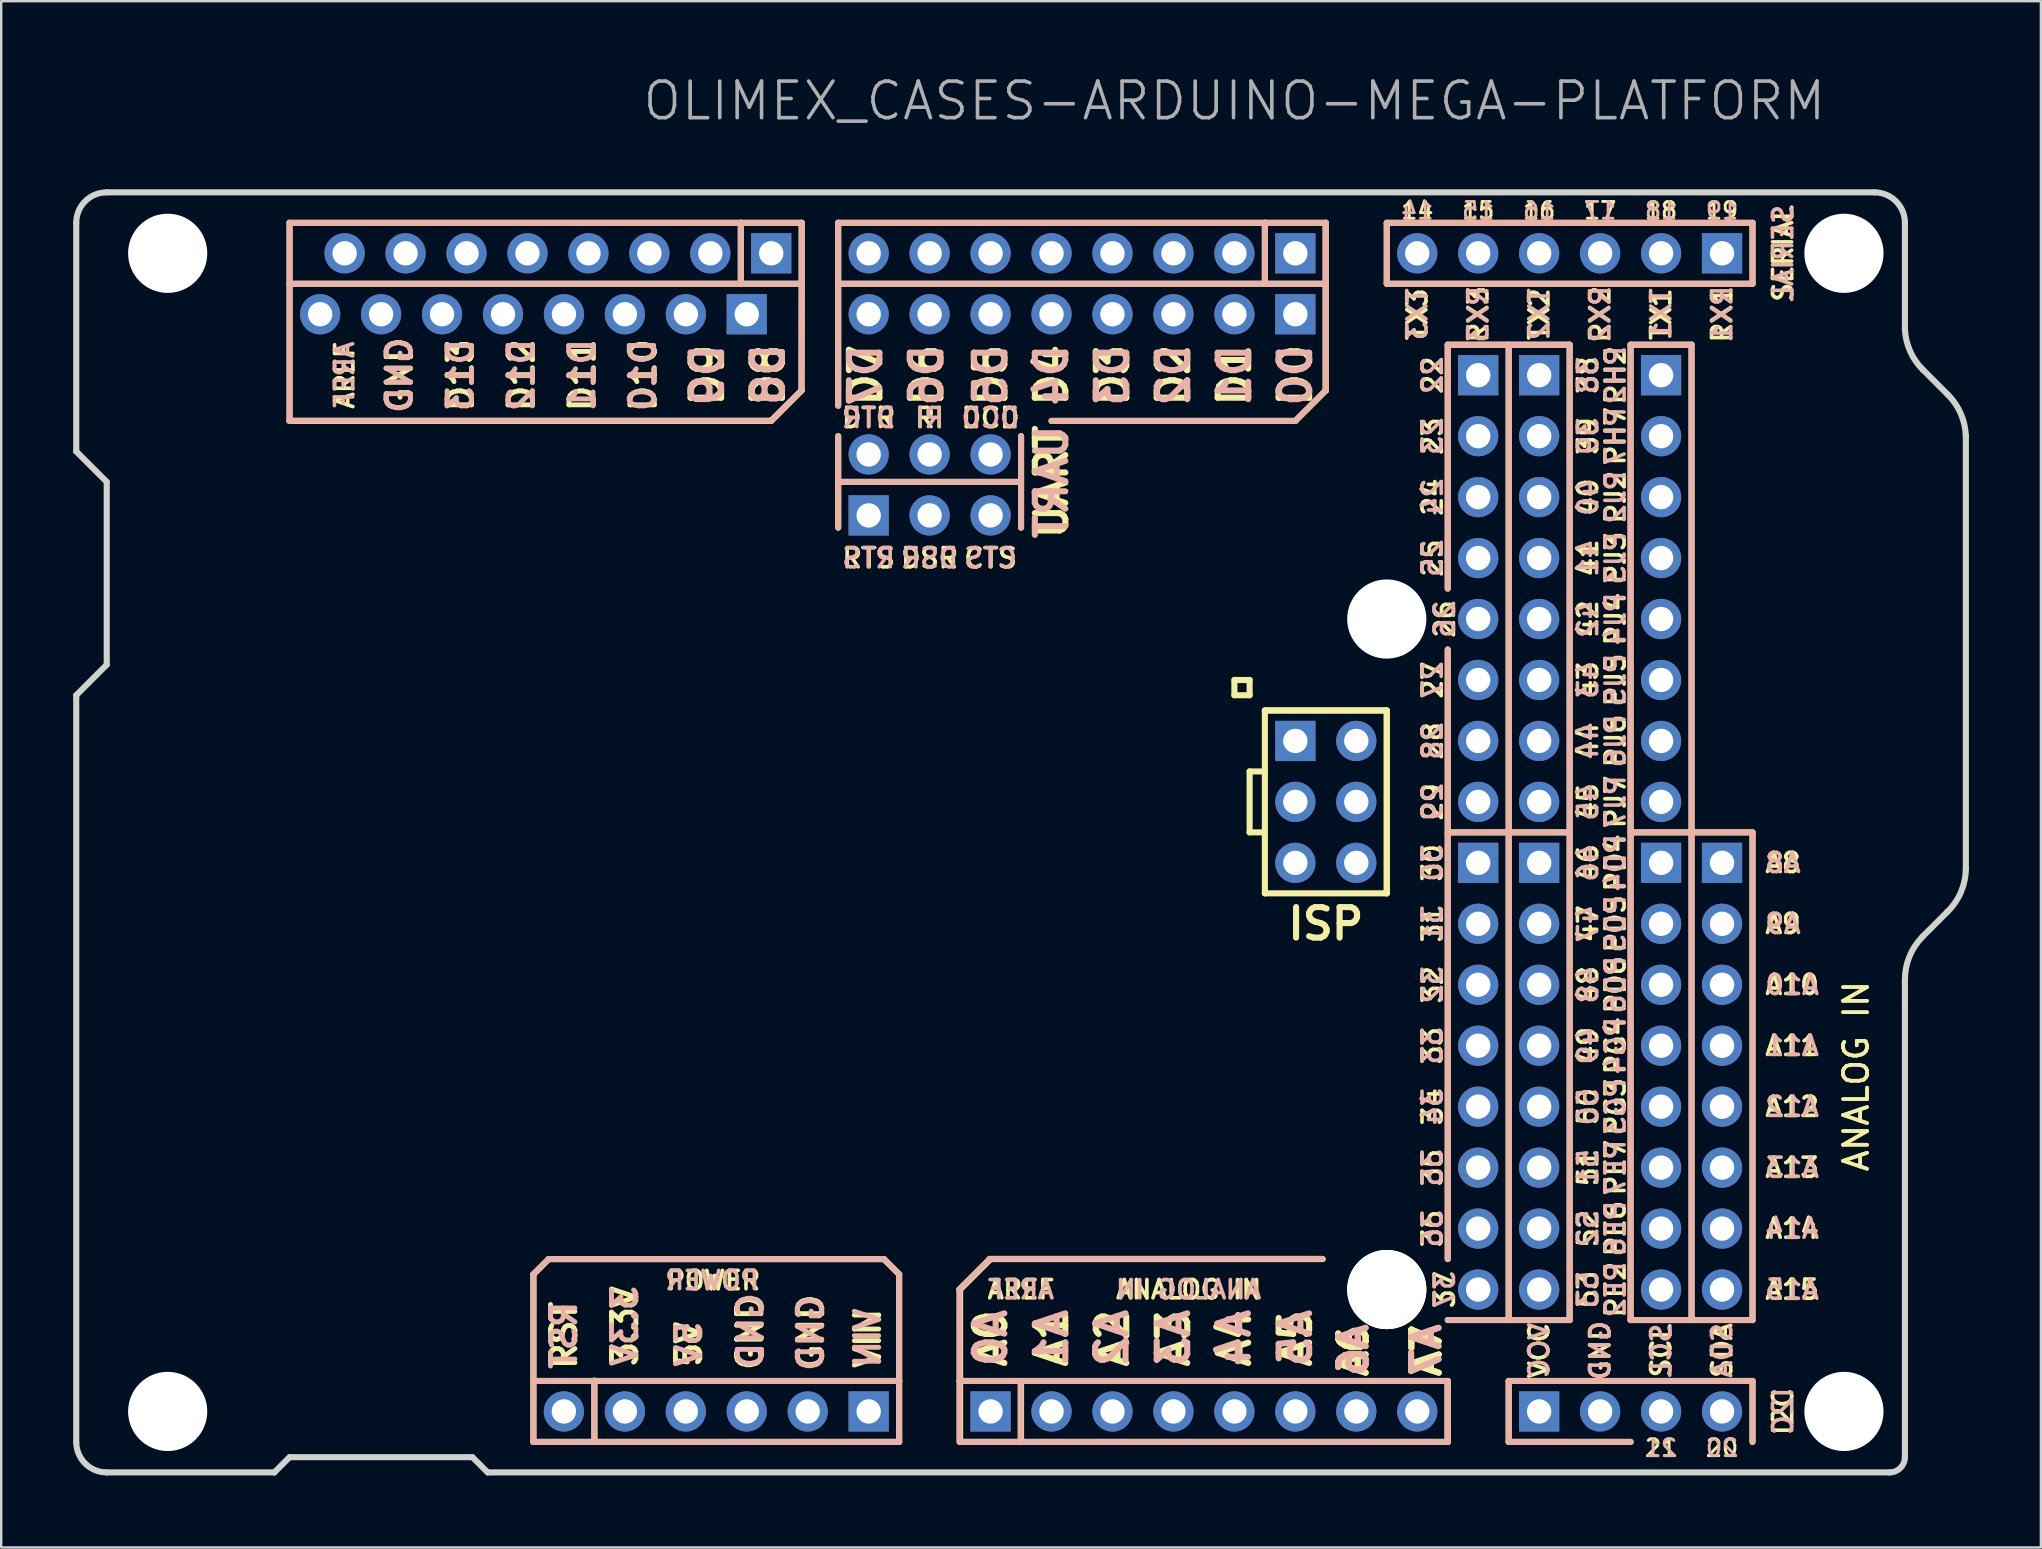
<source format=kicad_pcb>
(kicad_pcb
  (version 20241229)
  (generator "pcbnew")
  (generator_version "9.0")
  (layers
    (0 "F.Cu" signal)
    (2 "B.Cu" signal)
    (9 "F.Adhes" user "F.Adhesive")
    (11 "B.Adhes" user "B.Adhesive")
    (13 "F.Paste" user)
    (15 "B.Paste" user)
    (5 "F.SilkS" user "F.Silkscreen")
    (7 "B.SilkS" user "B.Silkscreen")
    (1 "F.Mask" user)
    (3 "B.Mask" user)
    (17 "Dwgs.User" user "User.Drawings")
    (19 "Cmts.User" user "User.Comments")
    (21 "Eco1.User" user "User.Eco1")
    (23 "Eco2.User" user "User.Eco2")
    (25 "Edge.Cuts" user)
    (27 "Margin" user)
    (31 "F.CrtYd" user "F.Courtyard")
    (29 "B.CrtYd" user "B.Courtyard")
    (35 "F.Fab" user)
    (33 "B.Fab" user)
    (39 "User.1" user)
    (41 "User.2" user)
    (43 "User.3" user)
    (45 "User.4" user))
  (footprint "OLIMEX_CASES-ARDUINO-MEGA-PLATFORM"
    (layer "F.Cu")
    (at 50.927 7.505)
    (property "Reference" "OLIMEX_CASES-ARDUINO-MEGA-PLATFORM" (at -2.54 -6.35 0) (layer "F.Fab") (effects (font (size 1.524 1.524) (thickness 0.15))))
    (attr exclude_from_pos_files exclude_from_bom)
    (fp_line (start -41.91 -1.27) (end -41.91 6.985) (stroke (width 0.254) (type solid)) (layer "F.SilkS"))
    (fp_line (start -41.91 -1.27) (end -23.107 -1.27) (stroke (width 0.254) (type solid)) (layer "F.SilkS"))
    (fp_line (start -31.75 42.545) (end -31.115 41.91) (stroke (width 0.254) (type solid)) (layer "F.SilkS"))
    (fp_line (start -31.75 46.99) (end -31.75 42.545) (stroke (width 0.254) (type solid)) (layer "F.SilkS"))
    (fp_line (start -31.75 46.99) (end -29.21 46.99) (stroke (width 0.254) (type solid)) (layer "F.SilkS"))
    (fp_line (start -31.75 49.53) (end -31.75 46.99) (stroke (width 0.254) (type solid)) (layer "F.SilkS"))
    (fp_line (start -31.115 41.91) (end -17.145 41.91) (stroke (width 0.254) (type solid)) (layer "F.SilkS"))
    (fp_line (start -29.21 46.99) (end -29.21 49.53) (stroke (width 0.254) (type solid)) (layer "F.SilkS"))
    (fp_line (start -29.21 46.99) (end -16.51 46.99) (stroke (width 0.254) (type solid)) (layer "F.SilkS"))
    (fp_line (start -29.21 49.53) (end -31.75 49.53) (stroke (width 0.254) (type solid)) (layer "F.SilkS"))
    (fp_line (start -23.107 -1.27) (end -20.567 -1.27) (stroke (width 0.254) (type solid)) (layer "F.SilkS"))
    (fp_line (start -23.107 1.27) (end -41.91 1.27) (stroke (width 0.254) (type solid)) (layer "F.SilkS"))
    (fp_line (start -23.107 1.27) (end -23.107 -1.27) (stroke (width 0.254) (type solid)) (layer "F.SilkS"))
    (fp_line (start -21.84 6.985) (end -41.91 6.985) (stroke (width 0.254) (type solid)) (layer "F.SilkS"))
    (fp_line (start -20.567 -1.27) (end -20.567 1.27) (stroke (width 0.254) (type solid)) (layer "F.SilkS"))
    (fp_line (start -20.567 1.27) (end -23.107 1.27) (stroke (width 0.254) (type solid)) (layer "F.SilkS"))
    (fp_line (start -20.567 1.27) (end -20.574 5.715) (stroke (width 0.254) (type solid)) (layer "F.SilkS"))
    (fp_line (start -20.567 5.715) (end -21.84 6.985) (stroke (width 0.254) (type solid)) (layer "F.SilkS"))
    (fp_line (start -19.05 -1.27) (end -1.27 -1.27) (stroke (width 0.254) (type solid)) (layer "F.SilkS"))
    (fp_line (start -19.05 1.27) (end -19.05 -1.27) (stroke (width 0.254) (type solid)) (layer "F.SilkS"))
    (fp_line (start -19.05 1.27) (end -19.05 6.35) (stroke (width 0.254) (type solid)) (layer "F.SilkS"))
    (fp_line (start -19.05 7.62) (end -19.05 11.43) (stroke (width 0.254) (type solid)) (layer "F.SilkS"))
    (fp_line (start -19.05 9.525) (end -11.43 9.525) (stroke (width 0.254) (type solid)) (layer "F.SilkS"))
    (fp_line (start -17.145 41.91) (end -16.51 42.545) (stroke (width 0.254) (type solid)) (layer "F.SilkS"))
    (fp_line (start -16.51 46.99) (end -16.51 42.545) (stroke (width 0.254) (type solid)) (layer "F.SilkS"))
    (fp_line (start -16.51 46.99) (end -16.51 49.53) (stroke (width 0.254) (type solid)) (layer "F.SilkS"))
    (fp_line (start -16.51 49.53) (end -29.21 49.53) (stroke (width 0.254) (type solid)) (layer "F.SilkS"))
    (fp_line (start -13.97 43.18) (end -12.7 41.91) (stroke (width 0.254) (type solid)) (layer "F.SilkS"))
    (fp_line (start -13.97 46.99) (end -13.97 43.18) (stroke (width 0.254) (type solid)) (layer "F.SilkS"))
    (fp_line (start -13.97 46.99) (end -11.43 46.99) (stroke (width 0.254) (type solid)) (layer "F.SilkS"))
    (fp_line (start -13.97 49.53) (end -13.97 46.99) (stroke (width 0.254) (type solid)) (layer "F.SilkS"))
    (fp_line (start -12.7 41.91) (end 1.143 41.91) (stroke (width 0.254) (type solid)) (layer "F.SilkS"))
    (fp_line (start -11.43 7.62) (end -11.43 11.43) (stroke (width 0.254) (type solid)) (layer "F.SilkS"))
    (fp_line (start -11.43 46.99) (end -11.43 49.53) (stroke (width 0.254) (type solid)) (layer "F.SilkS"))
    (fp_line (start -11.43 46.99) (end 6.35 46.99) (stroke (width 0.254) (type solid)) (layer "F.SilkS"))
    (fp_line (start -11.43 49.53) (end -13.97 49.53) (stroke (width 0.254) (type solid)) (layer "F.SilkS"))
    (fp_line (start -2.54 17.78) (end -1.905 17.78) (stroke (width 0.254) (type solid)) (layer "F.SilkS"))
    (fp_line (start -2.54 18.415) (end -2.54 17.78) (stroke (width 0.254) (type solid)) (layer "F.SilkS"))
    (fp_line (start -1.905 17.78) (end -1.905 18.415) (stroke (width 0.254) (type solid)) (layer "F.SilkS"))
    (fp_line (start -1.905 18.415) (end -2.54 18.415) (stroke (width 0.254) (type solid)) (layer "F.SilkS"))
    (fp_line (start -1.905 21.59) (end -1.905 24.13) (stroke (width 0.254) (type solid)) (layer "F.SilkS"))
    (fp_line (start -1.905 24.13) (end -1.27 24.13) (stroke (width 0.254) (type solid)) (layer "F.SilkS"))
    (fp_line (start -1.27 -1.27) (end 1.27 -1.27) (stroke (width 0.254) (type solid)) (layer "F.SilkS"))
    (fp_line (start -1.27 1.27) (end -19.05 1.27) (stroke (width 0.254) (type solid)) (layer "F.SilkS"))
    (fp_line (start -1.27 1.27) (end -1.27 -1.27) (stroke (width 0.254) (type solid)) (layer "F.SilkS"))
    (fp_line (start -1.27 19.05) (end 3.81 19.05) (stroke (width 0.254) (type solid)) (layer "F.SilkS"))
    (fp_line (start -1.27 19.05) (end 3.81 19.05) (stroke (width 0.254) (type solid)) (layer "F.SilkS"))
    (fp_line (start -1.27 21.59) (end -1.905 21.59) (stroke (width 0.254) (type solid)) (layer "F.SilkS"))
    (fp_line (start -1.27 26.67) (end -1.27 19.05) (stroke (width 0.254) (type solid)) (layer "F.SilkS"))
    (fp_line (start 0 6.985) (end -10.16 6.985) (stroke (width 0.254) (type solid)) (layer "F.SilkS"))
    (fp_line (start 1.27 -1.27) (end 1.27 1.27) (stroke (width 0.254) (type solid)) (layer "F.SilkS"))
    (fp_line (start 1.27 -1.27) (end 1.27 1.27) (stroke (width 0.254) (type solid)) (layer "F.SilkS"))
    (fp_line (start 1.27 1.27) (end -1.27 1.27) (stroke (width 0.254) (type solid)) (layer "F.SilkS"))
    (fp_line (start 1.27 1.27) (end 1.27 5.715) (stroke (width 0.254) (type solid)) (layer "F.SilkS"))
    (fp_line (start 1.27 1.27) (end 1.27 5.715) (stroke (width 0.254) (type solid)) (layer "F.SilkS"))
    (fp_line (start 1.27 5.715) (end 0 6.985) (stroke (width 0.254) (type solid)) (layer "F.SilkS"))
    (fp_line (start 3.81 -1.27) (end 19.05 -1.27) (stroke (width 0.254) (type solid)) (layer "F.SilkS"))
    (fp_line (start 3.81 1.27) (end 3.81 -1.27) (stroke (width 0.254) (type solid)) (layer "F.SilkS"))
    (fp_line (start 3.81 19.05) (end 3.81 26.67) (stroke (width 0.254) (type solid)) (layer "F.SilkS"))
    (fp_line (start 3.81 19.05) (end 3.81 26.67) (stroke (width 0.254) (type solid)) (layer "F.SilkS"))
    (fp_line (start 3.81 26.67) (end -1.27 26.67) (stroke (width 0.254) (type solid)) (layer "F.SilkS"))
    (fp_line (start 6.35 3.81) (end 11.43 3.81) (stroke (width 0.254) (type solid)) (layer "F.SilkS"))
    (fp_line (start 6.35 13.97) (end 6.35 3.81) (stroke (width 0.254) (type solid)) (layer "F.SilkS"))
    (fp_line (start 6.35 24.13) (end 11.43 24.13) (stroke (width 0.254) (type solid)) (layer "F.SilkS"))
    (fp_line (start 6.35 41.91) (end 6.35 16.51) (stroke (width 0.254) (type solid)) (layer "F.SilkS"))
    (fp_line (start 6.35 46.99) (end 6.35 49.53) (stroke (width 0.254) (type solid)) (layer "F.SilkS"))
    (fp_line (start 6.35 46.99) (end 6.35 49.53) (stroke (width 0.254) (type solid)) (layer "F.SilkS"))
    (fp_line (start 6.35 49.53) (end -11.43 49.53) (stroke (width 0.254) (type solid)) (layer "F.SilkS"))
    (fp_line (start 8.89 3.81) (end 8.89 44.45) (stroke (width 0.254) (type solid)) (layer "F.SilkS"))
    (fp_line (start 8.89 46.99) (end 19.05 46.99) (stroke (width 0.254) (type solid)) (layer "F.SilkS"))
    (fp_line (start 8.89 49.53) (end 8.89 46.99) (stroke (width 0.254) (type solid)) (layer "F.SilkS"))
    (fp_line (start 11.43 3.81) (end 11.43 44.45) (stroke (width 0.254) (type solid)) (layer "F.SilkS"))
    (fp_line (start 11.43 44.45) (end 6.35 44.45) (stroke (width 0.254) (type solid)) (layer "F.SilkS"))
    (fp_line (start 13.97 3.81) (end 13.97 44.45) (stroke (width 0.254) (type solid)) (layer "F.SilkS"))
    (fp_line (start 13.97 3.81) (end 16.51 3.81) (stroke (width 0.254) (type solid)) (layer "F.SilkS"))
    (fp_line (start 13.97 44.45) (end 19.05 44.45) (stroke (width 0.254) (type solid)) (layer "F.SilkS"))
    (fp_line (start 13.97 49.53) (end 8.89 49.53) (stroke (width 0.254) (type solid)) (layer "F.SilkS"))
    (fp_line (start 16.51 3.81) (end 16.51 44.45) (stroke (width 0.254) (type solid)) (layer "F.SilkS"))
    (fp_line (start 19.05 -1.27) (end 19.05 1.27) (stroke (width 0.254) (type solid)) (layer "F.SilkS"))
    (fp_line (start 19.05 1.27) (end 3.81 1.27) (stroke (width 0.254) (type solid)) (layer "F.SilkS"))
    (fp_line (start 19.05 24.13) (end 13.97 24.13) (stroke (width 0.254) (type solid)) (layer "F.SilkS"))
    (fp_line (start 19.05 44.45) (end 19.05 24.13) (stroke (width 0.254) (type solid)) (layer "F.SilkS"))
    (fp_line (start 19.05 46.99) (end 19.05 49.53) (stroke (width 0.254) (type solid)) (layer "F.SilkS"))
    (fp_line (start -41.91 -1.275) (end -41.91 6.98) (stroke (width 0.254) (type solid)) (layer "B.SilkS"))
    (fp_line (start -41.91 -1.27) (end -23.107 -1.27) (stroke (width 0.254) (type solid)) (layer "B.SilkS"))
    (fp_line (start -31.75 42.545) (end -31.115 41.91) (stroke (width 0.254) (type solid)) (layer "B.SilkS"))
    (fp_line (start -31.75 46.99) (end -31.75 42.545) (stroke (width 0.254) (type solid)) (layer "B.SilkS"))
    (fp_line (start -31.75 46.99) (end -29.21 46.99) (stroke (width 0.254) (type solid)) (layer "B.SilkS"))
    (fp_line (start -31.75 49.53) (end -31.75 46.99) (stroke (width 0.254) (type solid)) (layer "B.SilkS"))
    (fp_line (start -31.115 41.91) (end -17.145 41.91) (stroke (width 0.254) (type solid)) (layer "B.SilkS"))
    (fp_line (start -29.21 46.97) (end -29.21 49.51) (stroke (width 0.254) (type solid)) (layer "B.SilkS"))
    (fp_line (start -29.21 46.99) (end -16.51 46.99) (stroke (width 0.254) (type solid)) (layer "B.SilkS"))
    (fp_line (start -29.21 49.53) (end -31.75 49.53) (stroke (width 0.254) (type solid)) (layer "B.SilkS"))
    (fp_line (start -23.107 -1.27) (end -20.567 -1.27) (stroke (width 0.254) (type solid)) (layer "B.SilkS"))
    (fp_line (start -23.107 1.27) (end -41.91 1.27) (stroke (width 0.254) (type solid)) (layer "B.SilkS"))
    (fp_line (start -23.107 1.27) (end -23.107 -1.27) (stroke (width 0.254) (type solid)) (layer "B.SilkS"))
    (fp_line (start -21.85 6.975) (end -41.92 6.975) (stroke (width 0.254) (type solid)) (layer "B.SilkS"))
    (fp_line (start -20.577 5.705) (end -21.85 6.975) (stroke (width 0.254) (type solid)) (layer "B.SilkS"))
    (fp_line (start -20.575 -1.27) (end -20.575 1.27) (stroke (width 0.254) (type solid)) (layer "B.SilkS"))
    (fp_line (start -20.575 1.27) (end -23.115 1.27) (stroke (width 0.254) (type solid)) (layer "B.SilkS"))
    (fp_line (start -20.575 1.27) (end -20.582 5.715) (stroke (width 0.254) (type solid)) (layer "B.SilkS"))
    (fp_line (start -19.05 -1.27) (end -1.27 -1.27) (stroke (width 0.254) (type solid)) (layer "B.SilkS"))
    (fp_line (start -19.05 1.27) (end -19.05 -1.27) (stroke (width 0.254) (type solid)) (layer "B.SilkS"))
    (fp_line (start -19.05 1.27) (end -19.05 6.35) (stroke (width 0.254) (type solid)) (layer "B.SilkS"))
    (fp_line (start -19.05 7.62) (end -19.05 11.43) (stroke (width 0.254) (type solid)) (layer "B.SilkS"))
    (fp_line (start -19.05 9.525) (end -11.43 9.525) (stroke (width 0.254) (type solid)) (layer "B.SilkS"))
    (fp_line (start -17.145 41.91) (end -16.51 42.545) (stroke (width 0.254) (type solid)) (layer "B.SilkS"))
    (fp_line (start -16.51 46.99) (end -16.51 42.545) (stroke (width 0.254) (type solid)) (layer "B.SilkS"))
    (fp_line (start -16.51 46.99) (end -16.51 49.53) (stroke (width 0.254) (type solid)) (layer "B.SilkS"))
    (fp_line (start -16.51 49.53) (end -29.21 49.53) (stroke (width 0.254) (type solid)) (layer "B.SilkS"))
    (fp_line (start -14.015 43.18) (end -12.745 41.91) (stroke (width 0.254) (type solid)) (layer "B.SilkS"))
    (fp_line (start -14 46.99) (end -14 43.18) (stroke (width 0.254) (type solid)) (layer "B.SilkS"))
    (fp_line (start -14 49.53) (end -14 46.99) (stroke (width 0.254) (type solid)) (layer "B.SilkS"))
    (fp_line (start -13.99 46.99) (end -11.45 46.99) (stroke (width 0.254) (type solid)) (layer "B.SilkS"))
    (fp_line (start -12.75 41.9) (end 1.093 41.9) (stroke (width 0.254) (type solid)) (layer "B.SilkS"))
    (fp_line (start -11.45 47) (end -11.45 49.54) (stroke (width 0.254) (type solid)) (layer "B.SilkS"))
    (fp_line (start -11.43 7.62) (end -11.43 11.43) (stroke (width 0.254) (type solid)) (layer "B.SilkS"))
    (fp_line (start -11.43 46.99) (end 6.35 46.99) (stroke (width 0.254) (type solid)) (layer "B.SilkS"))
    (fp_line (start -11.43 49.53) (end -13.97 49.53) (stroke (width 0.254) (type solid)) (layer "B.SilkS"))
    (fp_line (start -1.27 -1.27) (end 1.27 -1.27) (stroke (width 0.254) (type solid)) (layer "B.SilkS"))
    (fp_line (start -1.27 1.27) (end -19.05 1.27) (stroke (width 0.254) (type solid)) (layer "B.SilkS"))
    (fp_line (start -1.27 1.27) (end -1.27 -1.27) (stroke (width 0.254) (type solid)) (layer "B.SilkS"))
    (fp_line (start 0 6.985) (end -10.16 6.985) (stroke (width 0.254) (type solid)) (layer "B.SilkS"))
    (fp_line (start 1.27 -1.27) (end 1.27 1.27) (stroke (width 0.254) (type solid)) (layer "B.SilkS"))
    (fp_line (start 1.27 -1.27) (end 1.27 1.27) (stroke (width 0.254) (type solid)) (layer "B.SilkS"))
    (fp_line (start 1.27 1.27) (end -1.27 1.27) (stroke (width 0.254) (type solid)) (layer "B.SilkS"))
    (fp_line (start 1.27 1.27) (end 1.27 5.715) (stroke (width 0.254) (type solid)) (layer "B.SilkS"))
    (fp_line (start 1.27 1.27) (end 1.27 5.715) (stroke (width 0.254) (type solid)) (layer "B.SilkS"))
    (fp_line (start 1.27 5.715) (end 0 6.985) (stroke (width 0.254) (type solid)) (layer "B.SilkS"))
    (fp_line (start 3.81 -1.27) (end 19.05 -1.27) (stroke (width 0.254) (type solid)) (layer "B.SilkS"))
    (fp_line (start 3.81 1.27) (end 3.81 -1.27) (stroke (width 0.254) (type solid)) (layer "B.SilkS"))
    (fp_line (start 6.35 3.81) (end 11.43 3.81) (stroke (width 0.254) (type solid)) (layer "B.SilkS"))
    (fp_line (start 6.35 13.97) (end 6.35 3.81) (stroke (width 0.254) (type solid)) (layer "B.SilkS"))
    (fp_line (start 6.35 24.13) (end 11.43 24.13) (stroke (width 0.254) (type solid)) (layer "B.SilkS"))
    (fp_line (start 6.35 41.91) (end 6.35 16.51) (stroke (width 0.254) (type solid)) (layer "B.SilkS"))
    (fp_line (start 6.35 46.99) (end 6.35 49.53) (stroke (width 0.254) (type solid)) (layer "B.SilkS"))
    (fp_line (start 6.35 46.99) (end 6.35 49.53) (stroke (width 0.254) (type solid)) (layer "B.SilkS"))
    (fp_line (start 6.35 49.53) (end -11.43 49.53) (stroke (width 0.254) (type solid)) (layer "B.SilkS"))
    (fp_line (start 8.89 3.81) (end 8.89 44.45) (stroke (width 0.254) (type solid)) (layer "B.SilkS"))
    (fp_line (start 8.89 46.99) (end 19.05 46.99) (stroke (width 0.254) (type solid)) (layer "B.SilkS"))
    (fp_line (start 8.89 49.53) (end 8.89 46.99) (stroke (width 0.254) (type solid)) (layer "B.SilkS"))
    (fp_line (start 11.43 3.81) (end 11.43 44.45) (stroke (width 0.254) (type solid)) (layer "B.SilkS"))
    (fp_line (start 11.43 44.45) (end 6.35 44.45) (stroke (width 0.254) (type solid)) (layer "B.SilkS"))
    (fp_line (start 13.97 3.81) (end 13.97 44.45) (stroke (width 0.254) (type solid)) (layer "B.SilkS"))
    (fp_line (start 13.97 3.81) (end 16.51 3.81) (stroke (width 0.254) (type solid)) (layer "B.SilkS"))
    (fp_line (start 13.97 44.45) (end 19.05 44.45) (stroke (width 0.254) (type solid)) (layer "B.SilkS"))
    (fp_line (start 13.97 49.53) (end 8.89 49.53) (stroke (width 0.254) (type solid)) (layer "B.SilkS"))
    (fp_line (start 16.51 3.81) (end 16.51 44.45) (stroke (width 0.254) (type solid)) (layer "B.SilkS"))
    (fp_line (start 19.05 -1.27) (end 19.05 1.27) (stroke (width 0.254) (type solid)) (layer "B.SilkS"))
    (fp_line (start 19.05 1.27) (end 3.81 1.27) (stroke (width 0.254) (type solid)) (layer "B.SilkS"))
    (fp_line (start 19.05 24.13) (end 13.97 24.13) (stroke (width 0.254) (type solid)) (layer "B.SilkS"))
    (fp_line (start 19.05 44.45) (end 19.05 24.13) (stroke (width 0.254) (type solid)) (layer "B.SilkS"))
    (fp_line (start 19.05 46.99) (end 19.05 49.53) (stroke (width 0.254) (type solid)) (layer "B.SilkS"))
    (fp_line (start -50.8 8.255) (end -50.8 -1.27) (stroke (width 0.254) (type solid)) (layer "Edge.Cuts"))
    (fp_line (start -50.8 18.415) (end -49.53 17.145) (stroke (width 0.254) (type solid)) (layer "Edge.Cuts"))
    (fp_line (start -50.8 49.53) (end -50.8 18.415) (stroke (width 0.254) (type solid)) (layer "Edge.Cuts"))
    (fp_line (start -49.53 -2.54) (end 24.13 -2.54) (stroke (width 0.254) (type solid)) (layer "Edge.Cuts"))
    (fp_line (start -49.53 9.525) (end -50.8 8.255) (stroke (width 0.254) (type solid)) (layer "Edge.Cuts"))
    (fp_line (start -49.53 17.145) (end -49.53 9.525) (stroke (width 0.254) (type solid)) (layer "Edge.Cuts"))
    (fp_line (start -49.53 50.8) (end -42.545 50.8) (stroke (width 0.254) (type solid)) (layer "Edge.Cuts"))
    (fp_line (start -42.545 50.8) (end -41.91 50.165) (stroke (width 0.254) (type solid)) (layer "Edge.Cuts"))
    (fp_line (start -41.91 50.165) (end -34.29 50.165) (stroke (width 0.254) (type solid)) (layer "Edge.Cuts"))
    (fp_line (start -34.29 50.165) (end -33.655 50.8) (stroke (width 0.254) (type solid)) (layer "Edge.Cuts"))
    (fp_line (start 24.765 50.8) (end -33.655 50.8) (stroke (width 0.254) (type solid)) (layer "Edge.Cuts"))
    (fp_line (start 25.4 -1.27) (end 25.4 3.175) (stroke (width 0.254) (type solid)) (layer "Edge.Cuts"))
    (fp_line (start 25.4 30.264) (end 25.4 31.14) (stroke (width 0.254) (type solid)) (layer "Edge.Cuts"))
    (fp_line (start 25.4 31.14) (end 25.4 50.165) (stroke (width 0.254) (type solid)) (layer "Edge.Cuts"))
    (fp_line (start 26.141 4.842) (end 27.195 5.896) (stroke (width 0.254) (type solid)) (layer "Edge.Cuts"))
    (fp_line (start 27.178 27.432) (end 26.137 28.473) (stroke (width 0.254) (type solid)) (layer "Edge.Cuts"))
    (fp_line (start 27.94 7.595) (end 27.94 25.629) (stroke (width 0.254) (type solid)) (layer "Edge.Cuts"))
    (fp_arc (start -50.8 -1.27) (mid -50.428026 -2.168026) (end -49.53 -2.54) (stroke (width 0.254) (type solid)) (layer "Edge.Cuts"))
    (fp_arc (start -49.53 50.8) (mid -50.428026 50.428026) (end -50.8 49.53) (stroke (width 0.254) (type solid)) (layer "Edge.Cuts"))
    (fp_arc (start 24.13 -2.54) (mid 25.028026 -2.168026) (end 25.4 -1.27) (stroke (width 0.254) (type solid)) (layer "Edge.Cuts"))
    (fp_arc (start 25.4 30.2641) (mid 25.591608 29.296291) (end 26.137523 28.474498) (stroke (width 0.254) (type solid)) (layer "Edge.Cuts"))
    (fp_arc (start 25.4 50.165) (mid 25.214013 50.614013) (end 24.765 50.8) (stroke (width 0.254) (type solid)) (layer "Edge.Cuts"))
    (fp_arc (start 26.141293 4.841888) (mid 25.6167 4.077056) (end 25.401467 3.174925) (stroke (width 0.254) (type solid)) (layer "Edge.Cuts"))
    (fp_arc (start 27.195393 5.895988) (mid 27.726908 6.675229) (end 27.937374 7.594701) (stroke (width 0.254) (type solid)) (layer "Edge.Cuts"))
    (fp_arc (start 27.94 25.6286) (mid 27.73986 26.60675) (end 27.178196 27.4322) (stroke (width 0.254) (type solid)) (layer "Edge.Cuts"))
    (fp_text user "37" (at 6.223 43.18 90) (layer "F.SilkS") (effects (font (size 0.8 0.8) (thickness 0.15))))
    (fp_text user "A11" (at 20.701 33.02 0) (layer "F.SilkS") (effects (font (size 0.8 0.8) (thickness 0.15))))
    (fp_text user "TX1" (at 15.24 2.54 90) (layer "F.SilkS") (effects (font (size 0.8 0.8) (thickness 0.15))))
    (fp_text user "PE7" (at 13.335 38.1 90) (layer "F.SilkS") (effects (font (size 0.8 0.8) (thickness 0.15))))
    (fp_text user "33" (at 5.715 33.02 90) (layer "F.SilkS") (effects (font (size 0.8 0.8) (thickness 0.15))))
    (fp_text user "D12" (at -32.251 5.08 270) (layer "F.SilkS") (effects (font (size 1.016 1.016) (thickness 0.203))))
    (fp_text user "DTR" (at -17.78 6.858 0) (layer "F.SilkS") (effects (font (size 0.8 0.8) (thickness 0.15))))
    (fp_text user "PE6" (at 13.335 40.64 90) (layer "F.SilkS") (effects (font (size 0.8 0.8) (thickness 0.15))))
    (fp_text user "19" (at 17.78 -1.778 0) (layer "F.SilkS") (effects (font (size 0.7 0.7) (thickness 0.12))))
    (fp_text user "RTS" (at -17.78 12.7 0) (layer "F.SilkS") (effects (font (size 0.8 0.8) (thickness 0.15))))
    (fp_text user "AREF" (at -39.617 5.08 270) (layer "F.SilkS") (effects (font (size 0.762 0.762) (thickness 0.152))))
    (fp_text user "32" (at 5.715 30.48 90) (layer "F.SilkS") (effects (font (size 0.8 0.8) (thickness 0.15))))
    (fp_text user "RX2" (at 12.7 2.54 90) (layer "F.SilkS") (effects (font (size 0.8 0.8) (thickness 0.15))))
    (fp_text user "RX1" (at 17.78 2.54 90) (layer "F.SilkS") (effects (font (size 0.8 0.8) (thickness 0.15))))
    (fp_text user "D5" (at -12.7 5.08 270) (layer "F.SilkS") (effects (font (size 1.27 1.27) (thickness 0.254))))
    (fp_text user "A5" (at 0 45.212 90) (layer "F.SilkS") (effects (font (size 1.27 1.27) (thickness 0.254))))
    (fp_text user "TX2" (at 10.16 2.54 90) (layer "F.SilkS") (effects (font (size 0.8 0.8) (thickness 0.15))))
    (fp_text user "29" (at 5.715 22.86 90) (layer "F.SilkS") (effects (font (size 0.8 0.8) (thickness 0.15))))
    (fp_text user "30" (at 5.715 25.4 90) (layer "F.SilkS") (effects (font (size 0.8 0.8) (thickness 0.15))))
    (fp_text user "GND" (at -37.331 5.08 270) (layer "F.SilkS") (effects (font (size 1.016 1.016) (thickness 0.203))))
    (fp_text user "A14" (at 20.701 40.64 0) (layer "F.SilkS") (effects (font (size 0.8 0.8) (thickness 0.15))))
    (fp_text user "GND" (at -20.193 44.958 90) (layer "F.SilkS") (effects (font (size 1.016 1.016) (thickness 0.203))))
    (fp_text user "D11" (at -29.711 5.08 270) (layer "F.SilkS") (effects (font (size 1.016 1.016) (thickness 0.203))))
    (fp_text user "15" (at 7.62 -1.778 0) (layer "F.SilkS") (effects (font (size 0.7 0.7) (thickness 0.12))))
    (fp_text user "SCL" (at 15.24 45.72 90) (layer "F.SilkS") (effects (font (size 0.8 0.8) (thickness 0.15))))
    (fp_text user "UART" (at -10.16 9.525 90) (layer "F.SilkS") (effects (font (size 1.27 1.27) (thickness 0.254))))
    (fp_text user "D3" (at -7.62 5.08 270) (layer "F.SilkS") (effects (font (size 1.27 1.27) (thickness 0.254))))
    (fp_text user "PJ3" (at 13.335 12.7 90) (layer "F.SilkS") (effects (font (size 0.8 0.8) (thickness 0.15))))
    (fp_text user "A6" (at 2.413 45.72 90) (layer "F.SilkS") (effects (font (size 1.143 1.143) (thickness 0.254))))
    (fp_text user "PD6" (at 13.335 30.48 90) (layer "F.SilkS") (effects (font (size 0.8 0.8) (thickness 0.15))))
    (fp_text user "A9" (at 20.32 27.94 0) (layer "F.SilkS") (effects (font (size 0.8 0.8) (thickness 0.15))))
    (fp_text user "14" (at 5.08 -1.778 0) (layer "F.SilkS") (effects (font (size 0.7 0.7) (thickness 0.12))))
    (fp_text user "D2" (at -5.08 5.08 270) (layer "F.SilkS") (effects (font (size 1.27 1.27) (thickness 0.254))))
    (fp_text user "43" (at 12.192 17.78 90) (layer "F.SilkS") (effects (font (size 0.8 0.8) (thickness 0.15))))
    (fp_text user "A15" (at 20.701 43.18 0) (layer "F.SilkS") (effects (font (size 0.8 0.8) (thickness 0.15))))
    (fp_text user "RST" (at -30.48 45.085 90) (layer "F.SilkS") (effects (font (size 1.016 1.016) (thickness 0.203))))
    (fp_text user "PD5" (at 13.335 27.94 90) (layer "F.SilkS") (effects (font (size 0.8 0.8) (thickness 0.15))))
    (fp_text user "PJ4" (at 13.335 15.24 90) (layer "F.SilkS") (effects (font (size 0.8 0.8) (thickness 0.15))))
    (fp_text user "D7" (at -17.907 5.08 270) (layer "F.SilkS") (effects (font (size 1.27 1.27) (thickness 0.254))))
    (fp_text user "17" (at 12.7 -1.778 0) (layer "F.SilkS") (effects (font (size 0.7 0.7) (thickness 0.12))))
    (fp_text user "PH7" (at 13.335 7.62 90) (layer "F.SilkS") (effects (font (size 0.8 0.8) (thickness 0.15))))
    (fp_text user "27" (at 5.715 17.78 90) (layer "F.SilkS") (effects (font (size 0.8 0.8) (thickness 0.15))))
    (fp_text user "DSR" (at -15.24 12.7 0) (layer "F.SilkS") (effects (font (size 0.8 0.8) (thickness 0.15))))
    (fp_text user "PG3" (at 13.335 35.56 90) (layer "F.SilkS") (effects (font (size 0.8 0.8) (thickness 0.15))))
    (fp_text user "45" (at 12.192 22.86 90) (layer "F.SilkS") (effects (font (size 0.8 0.8) (thickness 0.15))))
    (fp_text user "D1" (at -2.54 5.08 270) (layer "F.SilkS") (effects (font (size 1.27 1.27) (thickness 0.254))))
    (fp_text user "36" (at 5.715 40.64 90) (layer "F.SilkS") (effects (font (size 0.8 0.8) (thickness 0.15))))
    (fp_text user "RX3" (at 7.62 2.54 90) (layer "F.SilkS") (effects (font (size 0.8 0.8) (thickness 0.15))))
    (fp_text user "D9" (at -24.504 5.08 270) (layer "F.SilkS") (effects (font (size 1.27 1.27) (thickness 0.254))))
    (fp_text user "52" (at 12.192 40.64 90) (layer "F.SilkS") (effects (font (size 0.8 0.8) (thickness 0.15))))
    (fp_text user "21" (at 15.24 49.784 0) (layer "F.SilkS") (effects (font (size 0.7 0.7) (thickness 0.12))))
    (fp_text user "DCD" (at -12.7 6.858 0) (layer "F.SilkS") (effects (font (size 0.8 0.8) (thickness 0.15))))
    (fp_text user "50" (at 12.192 35.56 90) (layer "F.SilkS") (effects (font (size 0.8 0.8) (thickness 0.15))))
    (fp_text user "PG4" (at 13.335 33.02 90) (layer "F.SilkS") (effects (font (size 0.8 0.8) (thickness 0.15))))
    (fp_text user "34" (at 5.715 35.56 90) (layer "F.SilkS") (effects (font (size 0.8 0.8) (thickness 0.15))))
    (fp_text user "49" (at 12.192 33.02 90) (layer "F.SilkS") (effects (font (size 0.8 0.8) (thickness 0.15))))
    (fp_text user "PJ2" (at 13.335 10.16 90) (layer "F.SilkS") (effects (font (size 0.8 0.8) (thickness 0.15))))
    (fp_text user "D6" (at -15.367 5.08 270) (layer "F.SilkS") (effects (font (size 1.27 1.27) (thickness 0.254))))
    (fp_text user "PD4" (at 13.335 25.4 90) (layer "F.SilkS") (effects (font (size 0.8 0.8) (thickness 0.15))))
    (fp_text user "47" (at 12.192 27.94 90) (layer "F.SilkS") (effects (font (size 0.8 0.8) (thickness 0.15))))
    (fp_text user "40" (at 12.192 10.16 90) (layer "F.SilkS") (effects (font (size 0.8 0.8) (thickness 0.15))))
    (fp_text user "VCC" (at 10.16 45.72 90) (layer "F.SilkS") (effects (font (size 0.8 0.8) (thickness 0.15))))
    (fp_text user "VIN" (at -17.821 45.212 90) (layer "F.SilkS") (effects (font (size 1.016 1.016) (thickness 0.203))))
    (fp_text user "PJ6" (at 13.335 20.32 90) (layer "F.SilkS") (effects (font (size 0.8 0.8) (thickness 0.15))))
    (fp_text user "D10" (at -27.171 5.08 270) (layer "F.SilkS") (effects (font (size 1.016 1.016) (thickness 0.203))))
    (fp_text user "D4" (at -10.16 5.08 270) (layer "F.SilkS") (effects (font (size 1.27 1.27) (thickness 0.254))))
    (fp_text user "53" (at 12.192 43.18 90) (layer "F.SilkS") (effects (font (size 0.8 0.8) (thickness 0.15))))
    (fp_text user "35" (at 5.715 38.1 90) (layer "F.SilkS") (effects (font (size 0.8 0.8) (thickness 0.15))))
    (fp_text user "25" (at 5.715 12.7 90) (layer "F.SilkS") (effects (font (size 0.8 0.8) (thickness 0.15))))
    (fp_text user "16" (at 10.16 -1.778 0) (layer "F.SilkS") (effects (font (size 0.7 0.7) (thickness 0.12))))
    (fp_text user "23" (at 5.715 7.62 90) (layer "F.SilkS") (effects (font (size 0.8 0.8) (thickness 0.15))))
    (fp_text user "A4" (at -2.54 45.212 90) (layer "F.SilkS") (effects (font (size 1.27 1.27) (thickness 0.254))))
    (fp_text user "A7" (at 5.461 45.72 90) (layer "F.SilkS") (effects (font (size 1.143 1.143) (thickness 0.254))))
    (fp_text user "D0" (at 0 5.08 270) (layer "F.SilkS") (effects (font (size 1.27 1.27) (thickness 0.254))))
    (fp_text user "PE2" (at 13.335 43.18 90) (layer "F.SilkS") (effects (font (size 0.8 0.8) (thickness 0.15))))
    (fp_text user "A13" (at 20.701 38.1 0) (layer "F.SilkS") (effects (font (size 0.8 0.8) (thickness 0.15))))
    (fp_text user "GND" (at -22.733 44.958 90) (layer "F.SilkS") (effects (font (size 1.016 1.016) (thickness 0.203))))
    (fp_text user "D8" (at -21.967 5.08 270) (layer "F.SilkS") (effects (font (size 1.27 1.27) (thickness 0.254))))
    (fp_text user "48" (at 12.192 30.48 90) (layer "F.SilkS") (effects (font (size 0.8 0.8) (thickness 0.15))))
    (fp_text user "A1" (at -10.16 45.212 90) (layer "F.SilkS") (effects (font (size 1.27 1.27) (thickness 0.254))))
    (fp_text user "A8" (at 20.32 25.4 0) (layer "F.SilkS") (effects (font (size 0.8 0.8) (thickness 0.15))))
    (fp_text user "PJ7" (at 13.335 22.86 90) (layer "F.SilkS") (effects (font (size 0.8 0.8) (thickness 0.15))))
    (fp_text user "A7" (at 5.461 45.72 90) (layer "F.SilkS") (effects (font (size 1.143 1.143) (thickness 0.254))))
    (fp_text user "42" (at 12.192 15.24 90) (layer "F.SilkS") (effects (font (size 0.8 0.8) (thickness 0.15))))
    (fp_text user "D13" (at -34.791 5.08 270) (layer "F.SilkS") (effects (font (size 1.016 1.016) (thickness 0.203))))
    (fp_text user "AREF" (at -11.43 43.18 0) (layer "F.SilkS") (effects (font (size 0.762 0.762) (thickness 0.152))))
    (fp_text user "A10" (at 20.701 30.48 0) (layer "F.SilkS") (effects (font (size 0.8 0.8) (thickness 0.15))))
    (fp_text user "44" (at 12.192 20.32 90) (layer "F.SilkS") (effects (font (size 0.8 0.8) (thickness 0.15))))
    (fp_text user "22" (at 5.715 5.08 90) (layer "F.SilkS") (effects (font (size 0.8 0.8) (thickness 0.15))))
    (fp_text user "POWER" (at -24.252 42.799 180) (layer "F.SilkS") (effects (font (size 0.762 0.762) (thickness 0.152))))
    (fp_text user "GND" (at 12.7 45.72 90) (layer "F.SilkS") (effects (font (size 0.8 0.8) (thickness 0.15))))
    (fp_text user "SERIAL" (at 20.32 0 90) (layer "F.SilkS") (effects (font (size 0.8 0.8) (thickness 0.15))))
    (fp_text user "RI" (at -15.24 6.858 0) (layer "F.SilkS") (effects (font (size 0.8 0.8) (thickness 0.15))))
    (fp_text user "I2C" (at 20.32 48.26 90) (layer "F.SilkS") (effects (font (size 0.8 0.8) (thickness 0.15))))
    (fp_text user "PH2" (at 13.335 5.08 90) (layer "F.SilkS") (effects (font (size 0.8 0.8) (thickness 0.15))))
    (fp_text user "ISP" (at 1.27 27.94 0) (layer "F.SilkS") (effects (font (size 1.27 1.27) (thickness 0.254))))
    (fp_text user "SDA" (at 17.78 45.72 90) (layer "F.SilkS") (effects (font (size 0.8 0.8) (thickness 0.15))))
    (fp_text user "18" (at 15.24 -1.778 0) (layer "F.SilkS") (effects (font (size 0.7 0.7) (thickness 0.12))))
    (fp_text user "PJ5" (at 13.335 17.78 90) (layer "F.SilkS") (effects (font (size 0.8 0.8) (thickness 0.15))))
    (fp_text user "51" (at 12.192 38.1 90) (layer "F.SilkS") (effects (font (size 0.8 0.8) (thickness 0.15))))
    (fp_text user "ANALOG IN" (at 23.368 34.29 90) (layer "F.SilkS") (effects (font (size 1 1) (thickness 0.15))))
    (fp_text user "24" (at 5.715 10.16 90) (layer "F.SilkS") (effects (font (size 0.8 0.8) (thickness 0.15))))
    (fp_text user "A6" (at 2.413 45.72 90) (layer "F.SilkS") (effects (font (size 1.143 1.143) (thickness 0.254))))
    (fp_text user "A2" (at -7.62 45.212 90) (layer "F.SilkS") (effects (font (size 1.27 1.27) (thickness 0.254))))
    (fp_text user "41" (at 12.192 12.7 90) (layer "F.SilkS") (effects (font (size 0.8 0.8) (thickness 0.15))))
    (fp_text user "39" (at 12.192 7.62 90) (layer "F.SilkS") (effects (font (size 0.8 0.8) (thickness 0.15))))
    (fp_text user "3.3V" (at -27.94 44.704 90) (layer "F.SilkS") (effects (font (size 1.016 1.016) (thickness 0.203))))
    (fp_text user "TX3" (at 5.08 2.54 90) (layer "F.SilkS") (effects (font (size 0.8 0.8) (thickness 0.15))))
    (fp_text user "A0" (at -12.7 45.212 90) (layer "F.SilkS") (effects (font (size 1.27 1.27) (thickness 0.254))))
    (fp_text user "46" (at 12.192 25.4 90) (layer "F.SilkS") (effects (font (size 0.8 0.8) (thickness 0.15))))
    (fp_text user "ANALOG IN" (at -4.445 43.18 0) (layer "F.SilkS") (effects (font (size 0.762 0.762) (thickness 0.152))))
    (fp_text user "38" (at 12.192 5.08 90) (layer "F.SilkS") (effects (font (size 0.8 0.8) (thickness 0.15))))
    (fp_text user "5V" (at -25.276 45.466 90) (layer "F.SilkS") (effects (font (size 1.016 1.016) (thickness 0.203))))
    (fp_text user "20" (at 17.78 49.784 0) (layer "F.SilkS") (effects (font (size 0.7 0.7) (thickness 0.12))))
    (fp_text user "31" (at 5.715 27.94 90) (layer "F.SilkS") (effects (font (size 0.8 0.8) (thickness 0.15))))
    (fp_text user "28" (at 5.715 20.32 90) (layer "F.SilkS") (effects (font (size 0.8 0.8) (thickness 0.15))))
    (fp_text user "ANALOG IN" (at 23.368 34.29 90) (layer "F.SilkS") (effects (font (size 1 1) (thickness 0.15))))
    (fp_text user "A12" (at 20.701 35.56 0) (layer "F.SilkS") (effects (font (size 0.8 0.8) (thickness 0.15))))
    (fp_text user "A3" (at -5.08 45.212 90) (layer "F.SilkS") (effects (font (size 1.27 1.27) (thickness 0.254))))
    (fp_text user "26" (at 6.223 15.24 90) (layer "F.SilkS") (effects (font (size 0.8 0.8) (thickness 0.15))))
    (fp_text user "CTS" (at -12.7 12.7 0) (layer "F.SilkS") (effects (font (size 0.8 0.8) (thickness 0.15))))
    (fp_text user "A3" (at -5.08 45.2 90) (layer "B.SilkS") (effects (font (size 1.27 1.27) (thickness 0.254)) (justify mirror)))
    (fp_text user "RX1" (at 17.78 2.54 90) (layer "B.SilkS") (effects (font (size 0.8 0.8) (thickness 0.15)) (justify mirror)))
    (fp_text user "25" (at 5.715 12.7 90) (layer "B.SilkS") (effects (font (size 0.8 0.8) (thickness 0.15)) (justify mirror)))
    (fp_text user "D5" (at -12.7 5.08 90) (layer "B.SilkS") (effects (font (size 1.27 1.27) (thickness 0.254)) (justify mirror)))
    (fp_text user "21" (at 15.24 49.784 0) (layer "B.SilkS") (effects (font (size 0.7 0.7) (thickness 0.12)) (justify mirror)))
    (fp_text user "D11" (at -29.725 5.075 90) (layer "B.SilkS") (effects (font (size 1.016 1.016) (thickness 0.203)) (justify mirror)))
    (fp_text user "GND" (at -37.331 5.075 90) (layer "B.SilkS") (effects (font (size 1.016 1.016) (thickness 0.203)) (justify mirror)))
    (fp_text user "D9" (at -24.504 5.075 90) (layer "B.SilkS") (effects (font (size 1.27 1.27) (thickness 0.254)) (justify mirror)))
    (fp_text user "PJ4" (at 13.335 15.24 90) (layer "B.SilkS") (effects (font (size 0.8 0.8) (thickness 0.15)) (justify mirror)))
    (fp_text user "RI" (at -15.24 6.858 0) (layer "B.SilkS") (effects (font (size 0.8 0.8) (thickness 0.15)) (justify mirror)))
    (fp_text user "DSR" (at -15.24 12.7 0) (layer "B.SilkS") (effects (font (size 0.8 0.8) (thickness 0.15)) (justify mirror)))
    (fp_text user "D6" (at -15.367 5.08 90) (layer "B.SilkS") (effects (font (size 1.27 1.27) (thickness 0.254)) (justify mirror)))
    (fp_text user "RX3" (at 7.62 2.54 90) (layer "B.SilkS") (effects (font (size 0.8 0.8) (thickness 0.15)) (justify mirror)))
    (fp_text user "PG3" (at 13.335 35.56 90) (layer "B.SilkS") (effects (font (size 0.8 0.8) (thickness 0.15)) (justify mirror)))
    (fp_text user "TX2" (at 10.16 2.54 90) (layer "B.SilkS") (effects (font (size 0.8 0.8) (thickness 0.15)) (justify mirror)))
    (fp_text user "D3" (at -7.62 5.08 90) (layer "B.SilkS") (effects (font (size 1.27 1.27) (thickness 0.254)) (justify mirror)))
    (fp_text user "33" (at 5.715 33.02 90) (layer "B.SilkS") (effects (font (size 0.8 0.8) (thickness 0.15)) (justify mirror)))
    (fp_text user "PJ7" (at 13.335 22.86 90) (layer "B.SilkS") (effects (font (size 0.8 0.8) (thickness 0.15)) (justify mirror)))
    (fp_text user "34" (at 5.715 35.56 90) (layer "B.SilkS") (effects (font (size 0.8 0.8) (thickness 0.15)) (justify mirror)))
    (fp_text user "A1" (at -10.16 45.2 90) (layer "B.SilkS") (effects (font (size 1.27 1.27) (thickness 0.254)) (justify mirror)))
    (fp_text user "DTR" (at -17.78 6.858 0) (layer "B.SilkS") (effects (font (size 0.8 0.8) (thickness 0.15)) (justify mirror)))
    (fp_text user "29" (at 5.715 22.86 90) (layer "B.SilkS") (effects (font (size 0.8 0.8) (thickness 0.15)) (justify mirror)))
    (fp_text user "30" (at 5.715 25.4 90) (layer "B.SilkS") (effects (font (size 0.8 0.8) (thickness 0.15)) (justify mirror)))
    (fp_text user "TX3" (at 5.08 2.54 90) (layer "B.SilkS") (effects (font (size 0.8 0.8) (thickness 0.15)) (justify mirror)))
    (fp_text user "ANALOG IN" (at -4.45 43.18 0) (layer "B.SilkS") (effects (font (size 0.762 0.762) (thickness 0.152)) (justify mirror)))
    (fp_text user "PH7" (at 13.335 7.62 90) (layer "B.SilkS") (effects (font (size 0.8 0.8) (thickness 0.15)) (justify mirror)))
    (fp_text user "PE6" (at 13.335 40.64 90) (layer "B.SilkS") (effects (font (size 0.8 0.8) (thickness 0.15)) (justify mirror)))
    (fp_text user "44" (at 12.192 20.32 90) (layer "B.SilkS") (effects (font (size 0.8 0.8) (thickness 0.15)) (justify mirror)))
    (fp_text user "24" (at 5.715 10.16 90) (layer "B.SilkS") (effects (font (size 0.8 0.8) (thickness 0.15)) (justify mirror)))
    (fp_text user "17" (at 12.7 -1.778 0) (layer "B.SilkS") (effects (font (size 0.7 0.7) (thickness 0.12)) (justify mirror)))
    (fp_text user "39" (at 12.192 7.62 90) (layer "B.SilkS") (effects (font (size 0.8 0.8) (thickness 0.15)) (justify mirror)))
    (fp_text user "RST" (at -30.48 45.085 90) (layer "B.SilkS") (effects (font (size 1.016 1.016) (thickness 0.203)) (justify mirror)))
    (fp_text user "DCD" (at -12.7 6.858 0) (layer "B.SilkS") (effects (font (size 0.8 0.8) (thickness 0.15)) (justify mirror)))
    (fp_text user "A7" (at 5.45 45.7 90) (layer "B.SilkS") (effects (font (size 1.143 1.143) (thickness 0.254)) (justify mirror)))
    (fp_text user "PJ3" (at 13.335 12.7 90) (layer "B.SilkS") (effects (font (size 0.8 0.8) (thickness 0.15)) (justify mirror)))
    (fp_text user "38" (at 12.192 5.08 90) (layer "B.SilkS") (effects (font (size 0.8 0.8) (thickness 0.15)) (justify mirror)))
    (fp_text user "VCC" (at 10.16 45.72 90) (layer "B.SilkS") (effects (font (size 0.8 0.8) (thickness 0.15)) (justify mirror)))
    (fp_text user "28" (at 5.715 20.32 90) (layer "B.SilkS") (effects (font (size 0.8 0.8) (thickness 0.15)) (justify mirror)))
    (fp_text user "5V" (at -25.276 45.45 90) (layer "B.SilkS") (effects (font (size 1.016 1.016) (thickness 0.203)) (justify mirror)))
    (fp_text user "I2C" (at 20.32 48.26 90) (layer "B.SilkS") (effects (font (size 0.8 0.8) (thickness 0.15)) (justify mirror)))
    (fp_text user "GND" (at -20.2 45 90) (layer "B.SilkS") (effects (font (size 1.016 1.016) (thickness 0.203)) (justify mirror)))
    (fp_text user "PE2" (at 13.335 43.18 90) (layer "B.SilkS") (effects (font (size 0.8 0.8) (thickness 0.15)) (justify mirror)))
    (fp_text user "32" (at 5.715 30.48 90) (layer "B.SilkS") (effects (font (size 0.8 0.8) (thickness 0.15)) (justify mirror)))
    (fp_text user "VIN" (at -17.821 45.2 90) (layer "B.SilkS") (effects (font (size 1.016 1.016) (thickness 0.203)) (justify mirror)))
    (fp_text user "51" (at 12.192 38.1 90) (layer "B.SilkS") (effects (font (size 0.8 0.8) (thickness 0.15)) (justify mirror)))
    (fp_text user "D7" (at -17.907 5.08 90) (layer "B.SilkS") (effects (font (size 1.27 1.27) (thickness 0.254)) (justify mirror)))
    (fp_text user "AREF" (at -11.45 43.18 0) (layer "B.SilkS") (effects (font (size 0.762 0.762) (thickness 0.152)) (justify mirror)))
    (fp_text user "A8" (at 20.32 25.4 0) (layer "B.SilkS") (effects (font (size 0.8 0.8) (thickness 0.15)) (justify mirror)))
    (fp_text user "A15" (at 20.701 43.18 0) (layer "B.SilkS") (effects (font (size 0.8 0.8) (thickness 0.15)) (justify mirror)))
    (fp_text user "A6" (at 2.413 45.7 90) (layer "B.SilkS") (effects (font (size 1.143 1.143) (thickness 0.254)) (justify mirror)))
    (fp_text user "41" (at 12.192 12.7 90) (layer "B.SilkS") (effects (font (size 0.8 0.8) (thickness 0.15)) (justify mirror)))
    (fp_text user "A7" (at 5.45 45.7 90) (layer "B.SilkS") (effects (font (size 1.143 1.143) (thickness 0.254)) (justify mirror)))
    (fp_text user "D4" (at -10.16 5.08 90) (layer "B.SilkS") (effects (font (size 1.27 1.27) (thickness 0.254)) (justify mirror)))
    (fp_text user "37" (at 6.223 43.18 90) (layer "B.SilkS") (effects (font (size 0.8 0.8) (thickness 0.15)) (justify mirror)))
    (fp_text user "42" (at 12.192 15.24 90) (layer "B.SilkS") (effects (font (size 0.8 0.8) (thickness 0.15)) (justify mirror)))
    (fp_text user "PJ5" (at 13.335 17.78 90) (layer "B.SilkS") (effects (font (size 0.8 0.8) (thickness 0.15)) (justify mirror)))
    (fp_text user "16" (at 10.16 -1.778 0) (layer "B.SilkS") (effects (font (size 0.7 0.7) (thickness 0.12)) (justify mirror)))
    (fp_text user "PJ2" (at 13.335 10.16 90) (layer "B.SilkS") (effects (font (size 0.8 0.8) (thickness 0.15)) (justify mirror)))
    (fp_text user "D8" (at -21.967 5.05 90) (layer "B.SilkS") (effects (font (size 1.27 1.27) (thickness 0.254)) (justify mirror)))
    (fp_text user "SCL" (at 15.24 45.72 90) (layer "B.SilkS") (effects (font (size 0.8 0.8) (thickness 0.15)) (justify mirror)))
    (fp_text user "A10" (at 20.701 30.48 0) (layer "B.SilkS") (effects (font (size 0.8 0.8) (thickness 0.15)) (justify mirror)))
    (fp_text user "PJ6" (at 13.335 20.32 90) (layer "B.SilkS") (effects (font (size 0.8 0.8) (thickness 0.15)) (justify mirror)))
    (fp_text user "23" (at 5.715 7.62 90) (layer "B.SilkS") (effects (font (size 0.8 0.8) (thickness 0.15)) (justify mirror)))
    (fp_text user "PH2" (at 13.335 5.08 90) (layer "B.SilkS") (effects (font (size 0.8 0.8) (thickness 0.15)) (justify mirror)))
    (fp_text user "RTS" (at -17.78 12.7 0) (layer "B.SilkS") (effects (font (size 0.8 0.8) (thickness 0.15)) (justify mirror)))
    (fp_text user "CTS" (at -12.7 12.7 0) (layer "B.SilkS") (effects (font (size 0.8 0.8) (thickness 0.15)) (justify mirror)))
    (fp_text user "15" (at 7.62 -1.778 0) (layer "B.SilkS") (effects (font (size 0.7 0.7) (thickness 0.12)) (justify mirror)))
    (fp_text user "A5" (at 0 45.2 90) (layer "B.SilkS") (effects (font (size 1.27 1.27) (thickness 0.254)) (justify mirror)))
    (fp_text user "D0" (at 0 5.08 90) (layer "B.SilkS") (effects (font (size 1.27 1.27) (thickness 0.254)) (justify mirror)))
    (fp_text user "43" (at 12.192 17.78 90) (layer "B.SilkS") (effects (font (size 0.8 0.8) (thickness 0.15)) (justify mirror)))
    (fp_text user "14" (at 5.08 -1.778 0) (layer "B.SilkS") (effects (font (size 0.7 0.7) (thickness 0.12)) (justify mirror)))
    (fp_text user "52" (at 12.192 40.64 90) (layer "B.SilkS") (effects (font (size 0.8 0.8) (thickness 0.15)) (justify mirror)))
    (fp_text user "UART" (at -10.16 9.525 90) (layer "B.SilkS") (effects (font (size 1.27 1.27) (thickness 0.254)) (justify mirror)))
    (fp_text user "A14" (at 20.701 40.64 0) (layer "B.SilkS") (effects (font (size 0.8 0.8) (thickness 0.15)) (justify mirror)))
    (fp_text user "47" (at 12.192 27.94 90) (layer "B.SilkS") (effects (font (size 0.8 0.8) (thickness 0.15)) (justify mirror)))
    (fp_text user "TX1" (at 15.24 2.54 90) (layer "B.SilkS") (effects (font (size 0.8 0.8) (thickness 0.15)) (justify mirror)))
    (fp_text user "48" (at 12.192 30.48 90) (layer "B.SilkS") (effects (font (size 0.8 0.8) (thickness 0.15)) (justify mirror)))
    (fp_text user "A4" (at -2.55 45.2 90) (layer "B.SilkS") (effects (font (size 1.27 1.27) (thickness 0.254)) (justify mirror)))
    (fp_text user "49" (at 12.192 33.02 90) (layer "B.SilkS") (effects (font (size 0.8 0.8) (thickness 0.15)) (justify mirror)))
    (fp_text user "20" (at 17.78 49.784 0) (layer "B.SilkS") (effects (font (size 0.7 0.7) (thickness 0.12)) (justify mirror)))
    (fp_text user "D1" (at -2.54 5.08 90) (layer "B.SilkS") (effects (font (size 1.27 1.27) (thickness 0.254)) (justify mirror)))
    (fp_text user "A9" (at 20.32 27.94 0) (layer "B.SilkS") (effects (font (size 0.8 0.8) (thickness 0.15)) (justify mirror)))
    (fp_text user "D13" (at -34.791 5.075 90) (layer "B.SilkS") (effects (font (size 1.016 1.016) (thickness 0.203)) (justify mirror)))
    (fp_text user "AREF" (at -39.625 5.075 90) (layer "B.SilkS") (effects (font (size 0.762 0.762) (thickness 0.152)) (justify mirror)))
    (fp_text user "PG4" (at 13.335 33.02 90) (layer "B.SilkS") (effects (font (size 0.8 0.8) (thickness 0.15)) (justify mirror)))
    (fp_text user "26" (at 6.223 15.24 90) (layer "B.SilkS") (effects (font (size 0.8 0.8) (thickness 0.15)) (justify mirror)))
    (fp_text user "40" (at 12.192 10.16 90) (layer "B.SilkS") (effects (font (size 0.8 0.8) (thickness 0.15)) (justify mirror)))
    (fp_text user "D10" (at -27.2 5.075 90) (layer "B.SilkS") (effects (font (size 1.016 1.016) (thickness 0.203)) (justify mirror)))
    (fp_text user "D12" (at -32.251 5.075 90) (layer "B.SilkS") (effects (font (size 1.016 1.016) (thickness 0.203)) (justify mirror)))
    (fp_text user "45" (at 12.192 22.86 90) (layer "B.SilkS") (effects (font (size 0.8 0.8) (thickness 0.15)) (justify mirror)))
    (fp_text user "50" (at 12.192 35.56 90) (layer "B.SilkS") (effects (font (size 0.8 0.8) (thickness 0.15)) (justify mirror)))
    (fp_text user "POWER" (at -24.3 42.799 0) (layer "B.SilkS") (effects (font (size 0.762 0.762) (thickness 0.152)) (justify mirror)))
    (fp_text user "53" (at 12.192 43.18 90) (layer "B.SilkS") (effects (font (size 0.8 0.8) (thickness 0.15)) (justify mirror)))
    (fp_text user "A12" (at 20.701 35.56 0) (layer "B.SilkS") (effects (font (size 0.8 0.8) (thickness 0.15)) (justify mirror)))
    (fp_text user "GND" (at -22.7 44.9 90) (layer "B.SilkS") (effects (font (size 1.016 1.016) (thickness 0.203)) (justify mirror)))
    (fp_text user "SERIAL" (at 20.32 0 90) (layer "B.SilkS") (effects (font (size 0.8 0.8) (thickness 0.15)) (justify mirror)))
    (fp_text user "31" (at 5.715 27.94 90) (layer "B.SilkS") (effects (font (size 0.8 0.8) (thickness 0.15)) (justify mirror)))
    (fp_text user "19" (at 17.78 -1.778 0) (layer "B.SilkS") (effects (font (size 0.7 0.7) (thickness 0.12)) (justify mirror)))
    (fp_text user "A13" (at 20.701 38.1 0) (layer "B.SilkS") (effects (font (size 0.8 0.8) (thickness 0.15)) (justify mirror)))
    (fp_text user "22" (at 5.715 5.08 90) (layer "B.SilkS") (effects (font (size 0.8 0.8) (thickness 0.15)) (justify mirror)))
    (fp_text user "PD4" (at 13.335 25.4 90) (layer "B.SilkS") (effects (font (size 0.8 0.8) (thickness 0.15)) (justify mirror)))
    (fp_text user "PE7" (at 13.335 38.1 90) (layer "B.SilkS") (effects (font (size 0.8 0.8) (thickness 0.15)) (justify mirror)))
    (fp_text user "46" (at 12.192 25.4 90) (layer "B.SilkS") (effects (font (size 0.8 0.8) (thickness 0.15)) (justify mirror)))
    (fp_text user "A0" (at -12.7 45.2 90) (layer "B.SilkS") (effects (font (size 1.27 1.27) (thickness 0.254)) (justify mirror)))
    (fp_text user "SDA" (at 17.78 45.72 90) (layer "B.SilkS") (effects (font (size 0.8 0.8) (thickness 0.15)) (justify mirror)))
    (fp_text user "PD6" (at 13.335 30.48 90) (layer "B.SilkS") (effects (font (size 0.8 0.8) (thickness 0.15)) (justify mirror)))
    (fp_text user "A6" (at 2.413 45.7 90) (layer "B.SilkS") (effects (font (size 1.143 1.143) (thickness 0.254)) (justify mirror)))
    (fp_text user "D2" (at -5.08 5.08 90) (layer "B.SilkS") (effects (font (size 1.27 1.27) (thickness 0.254)) (justify mirror)))
    (fp_text user "36" (at 5.715 40.64 90) (layer "B.SilkS") (effects (font (size 0.8 0.8) (thickness 0.15)) (justify mirror)))
    (fp_text user "35" (at 5.715 38.1 90) (layer "B.SilkS") (effects (font (size 0.8 0.8) (thickness 0.15)) (justify mirror)))
    (fp_text user "18" (at 15.24 -1.778 0) (layer "B.SilkS") (effects (font (size 0.7 0.7) (thickness 0.12)) (justify mirror)))
    (fp_text user "RX2" (at 12.7 2.54 90) (layer "B.SilkS") (effects (font (size 0.8 0.8) (thickness 0.15)) (justify mirror)))
    (fp_text user "A2" (at -7.65 45.2 90) (layer "B.SilkS") (effects (font (size 1.27 1.27) (thickness 0.254)) (justify mirror)))
    (fp_text user "A11" (at 20.701 33.02 0) (layer "B.SilkS") (effects (font (size 0.8 0.8) (thickness 0.15)) (justify mirror)))
    (fp_text user "GND" (at 12.7 45.72 90) (layer "B.SilkS") (effects (font (size 0.8 0.8) (thickness 0.15)) (justify mirror)))
    (fp_text user "27" (at 5.715 17.78 90) (layer "B.SilkS") (effects (font (size 0.8 0.8) (thickness 0.15)) (justify mirror)))
    (fp_text user "PD5" (at 13.335 27.94 90) (layer "B.SilkS") (effects (font (size 0.8 0.8) (thickness 0.15)) (justify mirror)))
    (fp_text user "3.3V" (at -27.94 44.7 90) (layer "B.SilkS") (effects (font (size 1.016 1.016) (thickness 0.203)) (justify mirror)))
    (pad "" np_thru_hole circle (at -46.99 0) (size 3.3 3.3) (drill 3.3) (layers "*.Cu" "*.Mask"))
    (pad "" np_thru_hole circle (at -46.99 48.26) (size 3.3 3.3) (drill 3.3) (layers "*.Cu" "*.Mask"))
    (pad "" np_thru_hole circle (at 3.81 15.24) (size 3.3 3.3) (drill 3.3) (layers "*.Cu" "*.Mask"))
    (pad "" np_thru_hole circle (at 3.81 43.18) (size 3.3 3.3) (drill 3.3) (layers "*.Cu" "*.Mask"))
    (pad "" np_thru_hole circle (at 3.81 43.18) (size 3.3 3.3) (drill 3.3) (layers "*.Cu" "*.Mask"))
    (pad "" np_thru_hole circle (at 22.86 0) (size 3.3 3.3) (drill 3.3) (layers "*.Cu" "*.Mask"))
    (pad "" np_thru_hole circle (at 22.86 48.26) (size 3.3 3.3) (drill 3.3) (layers "*.Cu" "*.Mask"))
    (pad "3V3" thru_hole circle (at -27.94 48.26) (size 1.676 1.676) (drill 1.016) (layers "*.Cu" "*.Mask"))
    (pad "5V" thru_hole circle (at -25.4 48.26) (size 1.676 1.676) (drill 1.016) (layers "*.Cu" "*.Mask"))
    (pad "A0" thru_hole rect (at -12.7 48.26) (size 1.676 1.676) (drill 1.016) (layers "*.Cu" "*.Mask"))
    (pad "A1" thru_hole circle (at -10.16 48.26) (size 1.676 1.676) (drill 1.016) (layers "*.Cu" "*.Mask"))
    (pad "A2" thru_hole circle (at -7.62 48.26) (size 1.676 1.676) (drill 1.016) (layers "*.Cu" "*.Mask"))
    (pad "A3" thru_hole circle (at -5.08 48.26) (size 1.676 1.676) (drill 1.016) (layers "*.Cu" "*.Mask"))
    (pad "A4" thru_hole circle (at -2.54 48.26) (size 1.676 1.676) (drill 1.016) (layers "*.Cu" "*.Mask"))
    (pad "A5" thru_hole circle (at 0 48.26) (size 1.676 1.676) (drill 1.016) (layers "*.Cu" "*.Mask"))
    (pad "A6" thru_hole circle (at 2.54 48.26) (size 1.676 1.676) (drill 1.016) (layers "*.Cu" "*.Mask"))
    (pad "A7" thru_hole circle (at 5.08 48.26) (size 1.676 1.676) (drill 1.016) (layers "*.Cu" "*.Mask"))
    (pad "A8" thru_hole rect (at 17.78 25.4 90) (size 1.676 1.676) (drill 1.016) (layers "*.Cu" "*.Mask"))
    (pad "A9" thru_hole circle (at 17.78 27.94 90) (size 1.676 1.676) (drill 1.016) (layers "*.Cu" "*.Mask"))
    (pad "A10" thru_hole circle (at 17.78 30.48 90) (size 1.676 1.676) (drill 1.016) (layers "*.Cu" "*.Mask"))
    (pad "A11" thru_hole circle (at 17.78 33.02 90) (size 1.676 1.676) (drill 1.016) (layers "*.Cu" "*.Mask"))
    (pad "A12" thru_hole circle (at 17.78 35.56 90) (size 1.676 1.676) (drill 1.016) (layers "*.Cu" "*.Mask"))
    (pad "A13" thru_hole circle (at 17.78 38.1 90) (size 1.676 1.676) (drill 1.016) (layers "*.Cu" "*.Mask"))
    (pad "A14" thru_hole circle (at 17.78 40.64 90) (size 1.676 1.676) (drill 1.016) (layers "*.Cu" "*.Mask"))
    (pad "A15" thru_hole circle (at 17.78 43.18 90) (size 1.676 1.676) (drill 1.016) (layers "*.Cu" "*.Mask"))
    (pad "AREF" thru_hole circle (at -40.637 2.54) (size 1.676 1.676) (drill 1.016) (layers "*.Cu" "*.Mask"))
    (pad "AREF" thru_hole circle (at -39.617 0) (size 1.676 1.676) (drill 1.016) (layers "*.Cu" "*.Mask"))
    (pad "CTS" thru_hole circle (at -12.7 10.922) (size 1.676 1.676) (drill 1.016) (layers "*.Cu" "*.Mask"))
    (pad "D0" thru_hole rect (at 0 0) (size 1.676 1.676) (drill 1.016) (layers "*.Cu" "*.Mask"))
    (pad "D0" thru_hole rect (at 0 2.54) (size 1.676 1.676) (drill 1.016) (layers "*.Cu" "*.Mask"))
    (pad "D1" thru_hole circle (at -2.54 0) (size 1.676 1.676) (drill 1.016) (layers "*.Cu" "*.Mask"))
    (pad "D1" thru_hole circle (at -2.54 2.54) (size 1.676 1.676) (drill 1.016) (layers "*.Cu" "*.Mask"))
    (pad "D2" thru_hole circle (at -5.08 0) (size 1.676 1.676) (drill 1.016) (layers "*.Cu" "*.Mask"))
    (pad "D2" thru_hole circle (at -5.08 2.54) (size 1.676 1.676) (drill 1.016) (layers "*.Cu" "*.Mask"))
    (pad "D3" thru_hole circle (at -7.62 0) (size 1.676 1.676) (drill 1.016) (layers "*.Cu" "*.Mask"))
    (pad "D3" thru_hole circle (at -7.62 2.54) (size 1.676 1.676) (drill 1.016) (layers "*.Cu" "*.Mask"))
    (pad "D4" thru_hole circle (at -10.16 0) (size 1.676 1.676) (drill 1.016) (layers "*.Cu" "*.Mask"))
    (pad "D4" thru_hole circle (at -10.16 2.54) (size 1.676 1.676) (drill 1.016) (layers "*.Cu" "*.Mask"))
    (pad "D5" thru_hole circle (at -12.7 0) (size 1.676 1.676) (drill 1.016) (layers "*.Cu" "*.Mask"))
    (pad "D5" thru_hole circle (at -12.7 2.54) (size 1.676 1.676) (drill 1.016) (layers "*.Cu" "*.Mask"))
    (pad "D6" thru_hole circle (at -15.24 0) (size 1.676 1.676) (drill 1.016) (layers "*.Cu" "*.Mask"))
    (pad "D6" thru_hole circle (at -15.24 2.54) (size 1.676 1.676) (drill 1.016) (layers "*.Cu" "*.Mask"))
    (pad "D7" thru_hole circle (at -17.78 0) (size 1.676 1.676) (drill 1.016) (layers "*.Cu" "*.Mask"))
    (pad "D7" thru_hole circle (at -17.78 2.54) (size 1.676 1.676) (drill 1.016) (layers "*.Cu" "*.Mask"))
    (pad "D8" thru_hole rect (at -22.86 2.54) (size 1.676 1.676) (drill 1.016) (layers "*.Cu" "*.Mask"))
    (pad "D8" thru_hole rect (at -21.84 0) (size 1.676 1.676) (drill 1.016) (layers "*.Cu" "*.Mask"))
    (pad "D9" thru_hole circle (at -25.397 2.54) (size 1.676 1.676) (drill 1.016) (layers "*.Cu" "*.Mask"))
    (pad "D9" thru_hole circle (at -24.377 0) (size 1.676 1.676) (drill 1.016) (layers "*.Cu" "*.Mask"))
    (pad "D10" thru_hole circle (at -27.937 2.54) (size 1.676 1.676) (drill 1.016) (layers "*.Cu" "*.Mask"))
    (pad "D10" thru_hole circle (at -26.917 0) (size 1.676 1.676) (drill 1.016) (layers "*.Cu" "*.Mask"))
    (pad "D11" thru_hole circle (at -30.477 2.54) (size 1.676 1.676) (drill 1.016) (layers "*.Cu" "*.Mask"))
    (pad "D11" thru_hole circle (at -29.457 0) (size 1.676 1.676) (drill 1.016) (layers "*.Cu" "*.Mask"))
    (pad "D12" thru_hole circle (at -33.017 2.54) (size 1.676 1.676) (drill 1.016) (layers "*.Cu" "*.Mask"))
    (pad "D12" thru_hole circle (at -31.997 0) (size 1.676 1.676) (drill 1.016) (layers "*.Cu" "*.Mask"))
    (pad "D13" thru_hole circle (at -35.557 2.54) (size 1.676 1.676) (drill 1.016) (layers "*.Cu" "*.Mask"))
    (pad "D13" thru_hole circle (at -34.537 0) (size 1.676 1.676) (drill 1.016) (layers "*.Cu" "*.Mask"))
    (pad "D14" thru_hole circle (at 5.08 0) (size 1.676 1.676) (drill 1.016) (layers "*.Cu" "*.Mask"))
    (pad "D15" thru_hole circle (at 7.62 0) (size 1.676 1.676) (drill 1.016) (layers "*.Cu" "*.Mask"))
    (pad "D16" thru_hole circle (at 10.16 0) (size 1.676 1.676) (drill 1.016) (layers "*.Cu" "*.Mask"))
    (pad "D17" thru_hole circle (at 12.7 0) (size 1.676 1.676) (drill 1.016) (layers "*.Cu" "*.Mask"))
    (pad "D18" thru_hole circle (at 15.24 0) (size 1.676 1.676) (drill 1.016) (layers "*.Cu" "*.Mask"))
    (pad "D19" thru_hole rect (at 17.78 0) (size 1.676 1.676) (drill 1.016) (layers "*.Cu" "*.Mask"))
    (pad "D20" thru_hole circle (at 17.78 48.26) (size 1.676 1.676) (drill 1.016) (layers "*.Cu" "*.Mask"))
    (pad "D21" thru_hole circle (at 15.24 48.26) (size 1.676 1.676) (drill 1.016) (layers "*.Cu" "*.Mask"))
    (pad "D22" thru_hole rect (at 7.62 5.08 90) (size 1.676 1.676) (drill 1.016) (layers "*.Cu" "*.Mask"))
    (pad "D23" thru_hole circle (at 7.62 7.62 90) (size 1.676 1.676) (drill 1.016) (layers "*.Cu" "*.Mask"))
    (pad "D24" thru_hole circle (at 7.62 10.16 90) (size 1.676 1.676) (drill 1.016) (layers "*.Cu" "*.Mask"))
    (pad "D25" thru_hole circle (at 7.62 12.7 90) (size 1.676 1.676) (drill 1.016) (layers "*.Cu" "*.Mask"))
    (pad "D26" thru_hole circle (at 7.62 15.24 90) (size 1.676 1.676) (drill 1.016) (layers "*.Cu" "*.Mask"))
    (pad "D27" thru_hole circle (at 7.62 17.78 90) (size 1.676 1.676) (drill 1.016) (layers "*.Cu" "*.Mask"))
    (pad "D28" thru_hole circle (at 7.62 20.32 90) (size 1.676 1.676) (drill 1.016) (layers "*.Cu" "*.Mask"))
    (pad "D29" thru_hole circle (at 7.62 22.86 90) (size 1.676 1.676) (drill 1.016) (layers "*.Cu" "*.Mask"))
    (pad "D30" thru_hole rect (at 7.62 25.4 90) (size 1.676 1.676) (drill 1.016) (layers "*.Cu" "*.Mask"))
    (pad "D31" thru_hole circle (at 7.62 27.94 90) (size 1.676 1.676) (drill 1.016) (layers "*.Cu" "*.Mask"))
    (pad "D32" thru_hole circle (at 7.62 30.48 90) (size 1.676 1.676) (drill 1.016) (layers "*.Cu" "*.Mask"))
    (pad "D33" thru_hole circle (at 7.62 33.02 90) (size 1.676 1.676) (drill 1.016) (layers "*.Cu" "*.Mask"))
    (pad "D34" thru_hole circle (at 7.62 35.56 90) (size 1.676 1.676) (drill 1.016) (layers "*.Cu" "*.Mask"))
    (pad "D35" thru_hole circle (at 7.62 38.1 90) (size 1.676 1.676) (drill 1.016) (layers "*.Cu" "*.Mask"))
    (pad "D36" thru_hole circle (at 7.62 40.64 90) (size 1.676 1.676) (drill 1.016) (layers "*.Cu" "*.Mask"))
    (pad "D37" thru_hole circle (at 7.62 43.18 90) (size 1.676 1.676) (drill 1.016) (layers "*.Cu" "*.Mask"))
    (pad "D38" thru_hole rect (at 10.16 5.08 90) (size 1.676 1.676) (drill 1.016) (layers "*.Cu" "*.Mask"))
    (pad "D39" thru_hole circle (at 10.16 7.62 90) (size 1.676 1.676) (drill 1.016) (layers "*.Cu" "*.Mask"))
    (pad "D40" thru_hole circle (at 10.16 10.16 90) (size 1.676 1.676) (drill 1.016) (layers "*.Cu" "*.Mask"))
    (pad "D41" thru_hole circle (at 10.16 12.7 90) (size 1.676 1.676) (drill 1.016) (layers "*.Cu" "*.Mask"))
    (pad "D42" thru_hole circle (at 10.16 15.24 90) (size 1.676 1.676) (drill 1.016) (layers "*.Cu" "*.Mask"))
    (pad "D43" thru_hole circle (at 10.16 17.78 90) (size 1.676 1.676) (drill 1.016) (layers "*.Cu" "*.Mask"))
    (pad "D44" thru_hole circle (at 10.16 20.32 90) (size 1.676 1.676) (drill 1.016) (layers "*.Cu" "*.Mask"))
    (pad "D45" thru_hole circle (at 10.16 22.86 90) (size 1.676 1.676) (drill 1.016) (layers "*.Cu" "*.Mask"))
    (pad "D46" thru_hole rect (at 10.16 25.4 90) (size 1.676 1.676) (drill 1.016) (layers "*.Cu" "*.Mask"))
    (pad "D47" thru_hole circle (at 10.16 27.94 90) (size 1.676 1.676) (drill 1.016) (layers "*.Cu" "*.Mask"))
    (pad "D48" thru_hole circle (at 10.16 30.48 90) (size 1.676 1.676) (drill 1.016) (layers "*.Cu" "*.Mask"))
    (pad "D49" thru_hole circle (at 10.16 33.02 90) (size 1.676 1.676) (drill 1.016) (layers "*.Cu" "*.Mask"))
    (pad "D50" thru_hole rect (at 0 20.32 270) (size 1.676 1.676) (drill 1.016) (layers "*.Cu" "*.Mask"))
    (pad "D50" thru_hole circle (at 10.16 35.56 90) (size 1.676 1.676) (drill 1.016) (layers "*.Cu" "*.Mask"))
    (pad "D51" thru_hole circle (at 2.54 22.86 270) (size 1.676 1.676) (drill 1.016) (layers "*.Cu" "*.Mask"))
    (pad "D51" thru_hole circle (at 10.16 38.1 90) (size 1.676 1.676) (drill 1.016) (layers "*.Cu" "*.Mask"))
    (pad "D52" thru_hole circle (at 0 22.86 270) (size 1.676 1.676) (drill 1.016) (layers "*.Cu" "*.Mask"))
    (pad "D52" thru_hole circle (at 10.16 40.64 90) (size 1.676 1.676) (drill 1.016) (layers "*.Cu" "*.Mask"))
    (pad "D53" thru_hole circle (at 10.16 43.18 90) (size 1.676 1.676) (drill 1.016) (layers "*.Cu" "*.Mask"))
    (pad "DCD" thru_hole circle (at -12.7 8.382) (size 1.676 1.676) (drill 1.016) (layers "*.Cu" "*.Mask"))
    (pad "DSR" thru_hole circle (at -15.24 10.922) (size 1.676 1.676) (drill 1.016) (layers "*.Cu" "*.Mask"))
    (pad "DTR" thru_hole circle (at -17.78 8.382) (size 1.676 1.676) (drill 1.016) (layers "*.Cu" "*.Mask"))
    (pad "GND" thru_hole circle (at -38.097 2.54) (size 1.676 1.676) (drill 1.016) (layers "*.Cu" "*.Mask"))
    (pad "GND" thru_hole circle (at -37.077 0) (size 1.676 1.676) (drill 1.016) (layers "*.Cu" "*.Mask"))
    (pad "GND" thru_hole circle (at -22.86 48.26) (size 1.676 1.676) (drill 1.016) (layers "*.Cu" "*.Mask"))
    (pad "GND" thru_hole circle (at -20.32 48.26) (size 1.676 1.676) (drill 1.016) (layers "*.Cu" "*.Mask"))
    (pad "GND" thru_hole circle (at 2.54 25.4 270) (size 1.676 1.676) (drill 1.016) (layers "*.Cu" "*.Mask"))
    (pad "GND" thru_hole circle (at 12.7 48.26) (size 1.676 1.676) (drill 1.016) (layers "*.Cu" "*.Mask"))
    (pad "PD4" thru_hole rect (at 15.24 25.4 90) (size 1.676 1.676) (drill 1.016) (layers "*.Cu" "*.Mask"))
    (pad "PD5" thru_hole circle (at 15.24 27.94 90) (size 1.676 1.676) (drill 1.016) (layers "*.Cu" "*.Mask"))
    (pad "PD6" thru_hole circle (at 15.24 30.48 90) (size 1.676 1.676) (drill 1.016) (layers "*.Cu" "*.Mask"))
    (pad "PE2" thru_hole circle (at 15.24 43.18 90) (size 1.676 1.676) (drill 1.016) (layers "*.Cu" "*.Mask"))
    (pad "PE6" thru_hole circle (at 15.24 40.64 90) (size 1.676 1.676) (drill 1.016) (layers "*.Cu" "*.Mask"))
    (pad "PE7" thru_hole circle (at 15.24 38.1 90) (size 1.676 1.676) (drill 1.016) (layers "*.Cu" "*.Mask"))
    (pad "PG3" thru_hole circle (at 15.24 35.56 90) (size 1.676 1.676) (drill 1.016) (layers "*.Cu" "*.Mask"))
    (pad "PG4" thru_hole circle (at 15.24 33.02 90) (size 1.676 1.676) (drill 1.016) (layers "*.Cu" "*.Mask"))
    (pad "PH2" thru_hole rect (at 15.24 5.08 90) (size 1.676 1.676) (drill 1.016) (layers "*.Cu" "*.Mask"))
    (pad "PH7" thru_hole circle (at 15.24 7.62 90) (size 1.676 1.676) (drill 1.016) (layers "*.Cu" "*.Mask"))
    (pad "PJ2" thru_hole circle (at 15.24 10.16 90) (size 1.676 1.676) (drill 1.016) (layers "*.Cu" "*.Mask"))
    (pad "PJ3" thru_hole circle (at 15.24 12.7 90) (size 1.676 1.676) (drill 1.016) (layers "*.Cu" "*.Mask"))
    (pad "PJ4" thru_hole circle (at 15.24 15.24 90) (size 1.676 1.676) (drill 1.016) (layers "*.Cu" "*.Mask"))
    (pad "PJ5" thru_hole circle (at 15.24 17.78 90) (size 1.676 1.676) (drill 1.016) (layers "*.Cu" "*.Mask"))
    (pad "PJ6" thru_hole circle (at 15.24 20.32 90) (size 1.676 1.676) (drill 1.016) (layers "*.Cu" "*.Mask"))
    (pad "PJ7" thru_hole circle (at 15.24 22.86 90) (size 1.676 1.676) (drill 1.016) (layers "*.Cu" "*.Mask"))
    (pad "RI" thru_hole circle (at -15.24 8.382) (size 1.676 1.676) (drill 1.016) (layers "*.Cu" "*.Mask"))
    (pad "RST" thru_hole circle (at -30.48 48.26) (size 1.676 1.676) (drill 1.016) (layers "*.Cu" "*.Mask"))
    (pad "RST" thru_hole circle (at 0 25.4 270) (size 1.676 1.676) (drill 1.016) (layers "*.Cu" "*.Mask"))
    (pad "RTS" thru_hole rect (at -17.78 10.922) (size 1.676 1.676) (drill 1.016) (layers "*.Cu" "*.Mask"))
    (pad "VCC" thru_hole circle (at 2.54 20.32 270) (size 1.676 1.676) (drill 1.016) (layers "*.Cu" "*.Mask"))
    (pad "VCC" thru_hole rect (at 10.16 48.26) (size 1.676 1.676) (drill 1.016) (layers "*.Cu" "*.Mask"))
    (pad "VIN" thru_hole rect (at -17.78 48.26) (size 1.676 1.676) (drill 1.016) (layers "*.Cu" "*.Mask")))
  (gr_rect
    (start -3 -3)
    (end 81.994 61.432)
    (stroke (width 0.1) (type default))
    (fill no)
    (layer "Edge.Cuts")))
</source>
